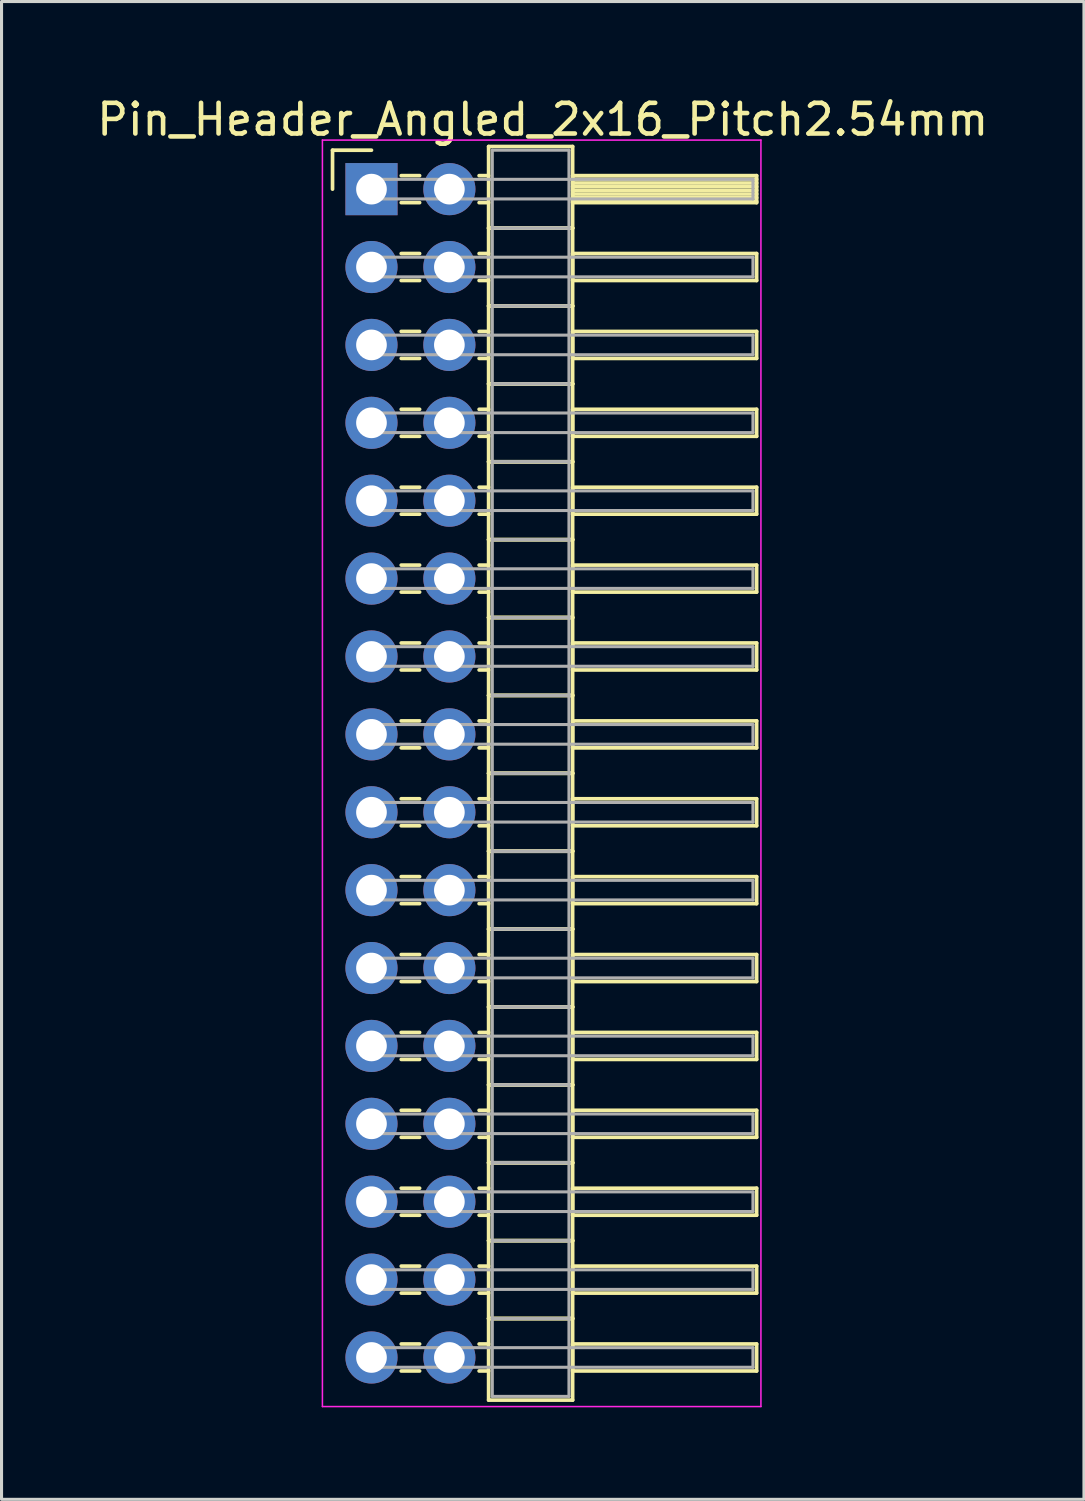
<source format=kicad_pcb>
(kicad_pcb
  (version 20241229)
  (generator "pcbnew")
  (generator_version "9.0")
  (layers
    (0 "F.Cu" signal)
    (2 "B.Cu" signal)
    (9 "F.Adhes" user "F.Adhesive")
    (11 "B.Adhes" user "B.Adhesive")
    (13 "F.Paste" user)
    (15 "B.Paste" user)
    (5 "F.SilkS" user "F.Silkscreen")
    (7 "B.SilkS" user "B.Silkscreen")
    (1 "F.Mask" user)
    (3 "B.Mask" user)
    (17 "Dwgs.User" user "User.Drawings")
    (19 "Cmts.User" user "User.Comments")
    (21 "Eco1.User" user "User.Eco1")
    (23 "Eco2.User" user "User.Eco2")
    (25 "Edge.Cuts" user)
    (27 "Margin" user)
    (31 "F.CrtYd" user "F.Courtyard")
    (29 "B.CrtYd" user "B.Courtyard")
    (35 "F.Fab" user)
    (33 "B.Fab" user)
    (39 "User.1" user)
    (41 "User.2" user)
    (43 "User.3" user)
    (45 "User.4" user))
  (footprint "Pin_Header_Angled_2x16_Pitch2.54mm"
    (layer "F.Cu")
    (at 9.064 3.118)
    (property "Reference" "Pin_Header_Angled_2x16_Pitch2.54mm" (at 5.585 -2.27 0) (layer "F.SilkS") (effects (font (size 1 1) (thickness 0.15))))
    (attr through_hole)
    (fp_line (start -1.27 -1.27) (end 0 -1.27) (stroke (width 0.12) (type solid)) (layer "F.SilkS"))
    (fp_line (start -1.27 0) (end -1.27 -1.27) (stroke (width 0.12) (type solid)) (layer "F.SilkS"))
    (fp_line (start 0.97 -0.44) (end 1.57 -0.44) (stroke (width 0.12) (type solid)) (layer "F.SilkS"))
    (fp_line (start 0.97 0.44) (end 1.57 0.44) (stroke (width 0.12) (type solid)) (layer "F.SilkS"))
    (fp_line (start 0.97 2.1) (end 1.57 2.1) (stroke (width 0.12) (type solid)) (layer "F.SilkS"))
    (fp_line (start 0.97 2.98) (end 1.57 2.98) (stroke (width 0.12) (type solid)) (layer "F.SilkS"))
    (fp_line (start 0.97 4.64) (end 1.57 4.64) (stroke (width 0.12) (type solid)) (layer "F.SilkS"))
    (fp_line (start 0.97 5.52) (end 1.57 5.52) (stroke (width 0.12) (type solid)) (layer "F.SilkS"))
    (fp_line (start 0.97 7.18) (end 1.57 7.18) (stroke (width 0.12) (type solid)) (layer "F.SilkS"))
    (fp_line (start 0.97 8.06) (end 1.57 8.06) (stroke (width 0.12) (type solid)) (layer "F.SilkS"))
    (fp_line (start 0.97 9.72) (end 1.57 9.72) (stroke (width 0.12) (type solid)) (layer "F.SilkS"))
    (fp_line (start 0.97 10.6) (end 1.57 10.6) (stroke (width 0.12) (type solid)) (layer "F.SilkS"))
    (fp_line (start 0.97 12.26) (end 1.57 12.26) (stroke (width 0.12) (type solid)) (layer "F.SilkS"))
    (fp_line (start 0.97 13.14) (end 1.57 13.14) (stroke (width 0.12) (type solid)) (layer "F.SilkS"))
    (fp_line (start 0.97 14.8) (end 1.57 14.8) (stroke (width 0.12) (type solid)) (layer "F.SilkS"))
    (fp_line (start 0.97 15.68) (end 1.57 15.68) (stroke (width 0.12) (type solid)) (layer "F.SilkS"))
    (fp_line (start 0.97 17.34) (end 1.57 17.34) (stroke (width 0.12) (type solid)) (layer "F.SilkS"))
    (fp_line (start 0.97 18.22) (end 1.57 18.22) (stroke (width 0.12) (type solid)) (layer "F.SilkS"))
    (fp_line (start 0.97 19.88) (end 1.57 19.88) (stroke (width 0.12) (type solid)) (layer "F.SilkS"))
    (fp_line (start 0.97 20.76) (end 1.57 20.76) (stroke (width 0.12) (type solid)) (layer "F.SilkS"))
    (fp_line (start 0.97 22.42) (end 1.57 22.42) (stroke (width 0.12) (type solid)) (layer "F.SilkS"))
    (fp_line (start 0.97 23.3) (end 1.57 23.3) (stroke (width 0.12) (type solid)) (layer "F.SilkS"))
    (fp_line (start 0.97 24.96) (end 1.57 24.96) (stroke (width 0.12) (type solid)) (layer "F.SilkS"))
    (fp_line (start 0.97 25.84) (end 1.57 25.84) (stroke (width 0.12) (type solid)) (layer "F.SilkS"))
    (fp_line (start 0.97 27.5) (end 1.57 27.5) (stroke (width 0.12) (type solid)) (layer "F.SilkS"))
    (fp_line (start 0.97 28.38) (end 1.57 28.38) (stroke (width 0.12) (type solid)) (layer "F.SilkS"))
    (fp_line (start 0.97 30.04) (end 1.57 30.04) (stroke (width 0.12) (type solid)) (layer "F.SilkS"))
    (fp_line (start 0.97 30.92) (end 1.57 30.92) (stroke (width 0.12) (type solid)) (layer "F.SilkS"))
    (fp_line (start 0.97 32.58) (end 1.57 32.58) (stroke (width 0.12) (type solid)) (layer "F.SilkS"))
    (fp_line (start 0.97 33.46) (end 1.57 33.46) (stroke (width 0.12) (type solid)) (layer "F.SilkS"))
    (fp_line (start 0.97 35.12) (end 1.57 35.12) (stroke (width 0.12) (type solid)) (layer "F.SilkS"))
    (fp_line (start 0.97 36) (end 1.57 36) (stroke (width 0.12) (type solid)) (layer "F.SilkS"))
    (fp_line (start 0.97 37.66) (end 1.57 37.66) (stroke (width 0.12) (type solid)) (layer "F.SilkS"))
    (fp_line (start 0.97 38.54) (end 1.57 38.54) (stroke (width 0.12) (type solid)) (layer "F.SilkS"))
    (fp_line (start 3.51 -0.44) (end 3.82 -0.44) (stroke (width 0.12) (type solid)) (layer "F.SilkS"))
    (fp_line (start 3.51 0.44) (end 3.82 0.44) (stroke (width 0.12) (type solid)) (layer "F.SilkS"))
    (fp_line (start 3.51 2.1) (end 3.82 2.1) (stroke (width 0.12) (type solid)) (layer "F.SilkS"))
    (fp_line (start 3.51 2.98) (end 3.82 2.98) (stroke (width 0.12) (type solid)) (layer "F.SilkS"))
    (fp_line (start 3.51 4.64) (end 3.82 4.64) (stroke (width 0.12) (type solid)) (layer "F.SilkS"))
    (fp_line (start 3.51 5.52) (end 3.82 5.52) (stroke (width 0.12) (type solid)) (layer "F.SilkS"))
    (fp_line (start 3.51 7.18) (end 3.82 7.18) (stroke (width 0.12) (type solid)) (layer "F.SilkS"))
    (fp_line (start 3.51 8.06) (end 3.82 8.06) (stroke (width 0.12) (type solid)) (layer "F.SilkS"))
    (fp_line (start 3.51 9.72) (end 3.82 9.72) (stroke (width 0.12) (type solid)) (layer "F.SilkS"))
    (fp_line (start 3.51 10.6) (end 3.82 10.6) (stroke (width 0.12) (type solid)) (layer "F.SilkS"))
    (fp_line (start 3.51 12.26) (end 3.82 12.26) (stroke (width 0.12) (type solid)) (layer "F.SilkS"))
    (fp_line (start 3.51 13.14) (end 3.82 13.14) (stroke (width 0.12) (type solid)) (layer "F.SilkS"))
    (fp_line (start 3.51 14.8) (end 3.82 14.8) (stroke (width 0.12) (type solid)) (layer "F.SilkS"))
    (fp_line (start 3.51 15.68) (end 3.82 15.68) (stroke (width 0.12) (type solid)) (layer "F.SilkS"))
    (fp_line (start 3.51 17.34) (end 3.82 17.34) (stroke (width 0.12) (type solid)) (layer "F.SilkS"))
    (fp_line (start 3.51 18.22) (end 3.82 18.22) (stroke (width 0.12) (type solid)) (layer "F.SilkS"))
    (fp_line (start 3.51 19.88) (end 3.82 19.88) (stroke (width 0.12) (type solid)) (layer "F.SilkS"))
    (fp_line (start 3.51 20.76) (end 3.82 20.76) (stroke (width 0.12) (type solid)) (layer "F.SilkS"))
    (fp_line (start 3.51 22.42) (end 3.82 22.42) (stroke (width 0.12) (type solid)) (layer "F.SilkS"))
    (fp_line (start 3.51 23.3) (end 3.82 23.3) (stroke (width 0.12) (type solid)) (layer "F.SilkS"))
    (fp_line (start 3.51 24.96) (end 3.82 24.96) (stroke (width 0.12) (type solid)) (layer "F.SilkS"))
    (fp_line (start 3.51 25.84) (end 3.82 25.84) (stroke (width 0.12) (type solid)) (layer "F.SilkS"))
    (fp_line (start 3.51 27.5) (end 3.82 27.5) (stroke (width 0.12) (type solid)) (layer "F.SilkS"))
    (fp_line (start 3.51 28.38) (end 3.82 28.38) (stroke (width 0.12) (type solid)) (layer "F.SilkS"))
    (fp_line (start 3.51 30.04) (end 3.82 30.04) (stroke (width 0.12) (type solid)) (layer "F.SilkS"))
    (fp_line (start 3.51 30.92) (end 3.82 30.92) (stroke (width 0.12) (type solid)) (layer "F.SilkS"))
    (fp_line (start 3.51 32.58) (end 3.82 32.58) (stroke (width 0.12) (type solid)) (layer "F.SilkS"))
    (fp_line (start 3.51 33.46) (end 3.82 33.46) (stroke (width 0.12) (type solid)) (layer "F.SilkS"))
    (fp_line (start 3.51 35.12) (end 3.82 35.12) (stroke (width 0.12) (type solid)) (layer "F.SilkS"))
    (fp_line (start 3.51 36) (end 3.82 36) (stroke (width 0.12) (type solid)) (layer "F.SilkS"))
    (fp_line (start 3.51 37.66) (end 3.82 37.66) (stroke (width 0.12) (type solid)) (layer "F.SilkS"))
    (fp_line (start 3.51 38.54) (end 3.82 38.54) (stroke (width 0.12) (type solid)) (layer "F.SilkS"))
    (fp_line (start 3.82 -1.39) (end 3.82 1.27) (stroke (width 0.12) (type solid)) (layer "F.SilkS"))
    (fp_line (start 3.82 1.27) (end 3.82 3.81) (stroke (width 0.12) (type solid)) (layer "F.SilkS"))
    (fp_line (start 3.82 1.27) (end 6.56 1.27) (stroke (width 0.12) (type solid)) (layer "F.SilkS"))
    (fp_line (start 3.82 3.81) (end 3.82 6.35) (stroke (width 0.12) (type solid)) (layer "F.SilkS"))
    (fp_line (start 3.82 3.81) (end 6.56 3.81) (stroke (width 0.12) (type solid)) (layer "F.SilkS"))
    (fp_line (start 3.82 6.35) (end 3.82 8.89) (stroke (width 0.12) (type solid)) (layer "F.SilkS"))
    (fp_line (start 3.82 6.35) (end 6.56 6.35) (stroke (width 0.12) (type solid)) (layer "F.SilkS"))
    (fp_line (start 3.82 8.89) (end 3.82 11.43) (stroke (width 0.12) (type solid)) (layer "F.SilkS"))
    (fp_line (start 3.82 8.89) (end 6.56 8.89) (stroke (width 0.12) (type solid)) (layer "F.SilkS"))
    (fp_line (start 3.82 11.43) (end 3.82 13.97) (stroke (width 0.12) (type solid)) (layer "F.SilkS"))
    (fp_line (start 3.82 11.43) (end 6.56 11.43) (stroke (width 0.12) (type solid)) (layer "F.SilkS"))
    (fp_line (start 3.82 13.97) (end 3.82 16.51) (stroke (width 0.12) (type solid)) (layer "F.SilkS"))
    (fp_line (start 3.82 13.97) (end 6.56 13.97) (stroke (width 0.12) (type solid)) (layer "F.SilkS"))
    (fp_line (start 3.82 16.51) (end 3.82 19.05) (stroke (width 0.12) (type solid)) (layer "F.SilkS"))
    (fp_line (start 3.82 16.51) (end 6.56 16.51) (stroke (width 0.12) (type solid)) (layer "F.SilkS"))
    (fp_line (start 3.82 19.05) (end 3.82 21.59) (stroke (width 0.12) (type solid)) (layer "F.SilkS"))
    (fp_line (start 3.82 19.05) (end 6.56 19.05) (stroke (width 0.12) (type solid)) (layer "F.SilkS"))
    (fp_line (start 3.82 21.59) (end 3.82 24.13) (stroke (width 0.12) (type solid)) (layer "F.SilkS"))
    (fp_line (start 3.82 21.59) (end 6.56 21.59) (stroke (width 0.12) (type solid)) (layer "F.SilkS"))
    (fp_line (start 3.82 24.13) (end 3.82 26.67) (stroke (width 0.12) (type solid)) (layer "F.SilkS"))
    (fp_line (start 3.82 24.13) (end 6.56 24.13) (stroke (width 0.12) (type solid)) (layer "F.SilkS"))
    (fp_line (start 3.82 26.67) (end 3.82 29.21) (stroke (width 0.12) (type solid)) (layer "F.SilkS"))
    (fp_line (start 3.82 26.67) (end 6.56 26.67) (stroke (width 0.12) (type solid)) (layer "F.SilkS"))
    (fp_line (start 3.82 29.21) (end 3.82 31.75) (stroke (width 0.12) (type solid)) (layer "F.SilkS"))
    (fp_line (start 3.82 29.21) (end 6.56 29.21) (stroke (width 0.12) (type solid)) (layer "F.SilkS"))
    (fp_line (start 3.82 31.75) (end 3.82 34.29) (stroke (width 0.12) (type solid)) (layer "F.SilkS"))
    (fp_line (start 3.82 31.75) (end 6.56 31.75) (stroke (width 0.12) (type solid)) (layer "F.SilkS"))
    (fp_line (start 3.82 34.29) (end 3.82 36.83) (stroke (width 0.12) (type solid)) (layer "F.SilkS"))
    (fp_line (start 3.82 34.29) (end 6.56 34.29) (stroke (width 0.12) (type solid)) (layer "F.SilkS"))
    (fp_line (start 3.82 36.83) (end 3.82 39.49) (stroke (width 0.12) (type solid)) (layer "F.SilkS"))
    (fp_line (start 3.82 36.83) (end 6.56 36.83) (stroke (width 0.12) (type solid)) (layer "F.SilkS"))
    (fp_line (start 3.82 39.49) (end 6.56 39.49) (stroke (width 0.12) (type solid)) (layer "F.SilkS"))
    (fp_line (start 6.56 -1.39) (end 3.82 -1.39) (stroke (width 0.12) (type solid)) (layer "F.SilkS"))
    (fp_line (start 6.56 -0.44) (end 6.56 0.44) (stroke (width 0.12) (type solid)) (layer "F.SilkS"))
    (fp_line (start 6.56 -0.32) (end 12.56 -0.32) (stroke (width 0.12) (type solid)) (layer "F.SilkS"))
    (fp_line (start 6.56 -0.2) (end 12.56 -0.2) (stroke (width 0.12) (type solid)) (layer "F.SilkS"))
    (fp_line (start 6.56 -0.08) (end 12.56 -0.08) (stroke (width 0.12) (type solid)) (layer "F.SilkS"))
    (fp_line (start 6.56 0.04) (end 12.56 0.04) (stroke (width 0.12) (type solid)) (layer "F.SilkS"))
    (fp_line (start 6.56 0.16) (end 12.56 0.16) (stroke (width 0.12) (type solid)) (layer "F.SilkS"))
    (fp_line (start 6.56 0.28) (end 12.56 0.28) (stroke (width 0.12) (type solid)) (layer "F.SilkS"))
    (fp_line (start 6.56 0.4) (end 12.56 0.4) (stroke (width 0.12) (type solid)) (layer "F.SilkS"))
    (fp_line (start 6.56 0.44) (end 12.56 0.44) (stroke (width 0.12) (type solid)) (layer "F.SilkS"))
    (fp_line (start 6.56 1.27) (end 3.82 1.27) (stroke (width 0.12) (type solid)) (layer "F.SilkS"))
    (fp_line (start 6.56 1.27) (end 6.56 -1.39) (stroke (width 0.12) (type solid)) (layer "F.SilkS"))
    (fp_line (start 6.56 2.1) (end 6.56 2.98) (stroke (width 0.12) (type solid)) (layer "F.SilkS"))
    (fp_line (start 6.56 2.98) (end 12.56 2.98) (stroke (width 0.12) (type solid)) (layer "F.SilkS"))
    (fp_line (start 6.56 3.81) (end 3.82 3.81) (stroke (width 0.12) (type solid)) (layer "F.SilkS"))
    (fp_line (start 6.56 3.81) (end 6.56 1.27) (stroke (width 0.12) (type solid)) (layer "F.SilkS"))
    (fp_line (start 6.56 4.64) (end 6.56 5.52) (stroke (width 0.12) (type solid)) (layer "F.SilkS"))
    (fp_line (start 6.56 5.52) (end 12.56 5.52) (stroke (width 0.12) (type solid)) (layer "F.SilkS"))
    (fp_line (start 6.56 6.35) (end 3.82 6.35) (stroke (width 0.12) (type solid)) (layer "F.SilkS"))
    (fp_line (start 6.56 6.35) (end 6.56 3.81) (stroke (width 0.12) (type solid)) (layer "F.SilkS"))
    (fp_line (start 6.56 7.18) (end 6.56 8.06) (stroke (width 0.12) (type solid)) (layer "F.SilkS"))
    (fp_line (start 6.56 8.06) (end 12.56 8.06) (stroke (width 0.12) (type solid)) (layer "F.SilkS"))
    (fp_line (start 6.56 8.89) (end 3.82 8.89) (stroke (width 0.12) (type solid)) (layer "F.SilkS"))
    (fp_line (start 6.56 8.89) (end 6.56 6.35) (stroke (width 0.12) (type solid)) (layer "F.SilkS"))
    (fp_line (start 6.56 9.72) (end 6.56 10.6) (stroke (width 0.12) (type solid)) (layer "F.SilkS"))
    (fp_line (start 6.56 10.6) (end 12.56 10.6) (stroke (width 0.12) (type solid)) (layer "F.SilkS"))
    (fp_line (start 6.56 11.43) (end 3.82 11.43) (stroke (width 0.12) (type solid)) (layer "F.SilkS"))
    (fp_line (start 6.56 11.43) (end 6.56 8.89) (stroke (width 0.12) (type solid)) (layer "F.SilkS"))
    (fp_line (start 6.56 12.26) (end 6.56 13.14) (stroke (width 0.12) (type solid)) (layer "F.SilkS"))
    (fp_line (start 6.56 13.14) (end 12.56 13.14) (stroke (width 0.12) (type solid)) (layer "F.SilkS"))
    (fp_line (start 6.56 13.97) (end 3.82 13.97) (stroke (width 0.12) (type solid)) (layer "F.SilkS"))
    (fp_line (start 6.56 13.97) (end 6.56 11.43) (stroke (width 0.12) (type solid)) (layer "F.SilkS"))
    (fp_line (start 6.56 14.8) (end 6.56 15.68) (stroke (width 0.12) (type solid)) (layer "F.SilkS"))
    (fp_line (start 6.56 15.68) (end 12.56 15.68) (stroke (width 0.12) (type solid)) (layer "F.SilkS"))
    (fp_line (start 6.56 16.51) (end 3.82 16.51) (stroke (width 0.12) (type solid)) (layer "F.SilkS"))
    (fp_line (start 6.56 16.51) (end 6.56 13.97) (stroke (width 0.12) (type solid)) (layer "F.SilkS"))
    (fp_line (start 6.56 17.34) (end 6.56 18.22) (stroke (width 0.12) (type solid)) (layer "F.SilkS"))
    (fp_line (start 6.56 18.22) (end 12.56 18.22) (stroke (width 0.12) (type solid)) (layer "F.SilkS"))
    (fp_line (start 6.56 19.05) (end 3.82 19.05) (stroke (width 0.12) (type solid)) (layer "F.SilkS"))
    (fp_line (start 6.56 19.05) (end 6.56 16.51) (stroke (width 0.12) (type solid)) (layer "F.SilkS"))
    (fp_line (start 6.56 19.88) (end 6.56 20.76) (stroke (width 0.12) (type solid)) (layer "F.SilkS"))
    (fp_line (start 6.56 20.76) (end 12.56 20.76) (stroke (width 0.12) (type solid)) (layer "F.SilkS"))
    (fp_line (start 6.56 21.59) (end 3.82 21.59) (stroke (width 0.12) (type solid)) (layer "F.SilkS"))
    (fp_line (start 6.56 21.59) (end 6.56 19.05) (stroke (width 0.12) (type solid)) (layer "F.SilkS"))
    (fp_line (start 6.56 22.42) (end 6.56 23.3) (stroke (width 0.12) (type solid)) (layer "F.SilkS"))
    (fp_line (start 6.56 23.3) (end 12.56 23.3) (stroke (width 0.12) (type solid)) (layer "F.SilkS"))
    (fp_line (start 6.56 24.13) (end 3.82 24.13) (stroke (width 0.12) (type solid)) (layer "F.SilkS"))
    (fp_line (start 6.56 24.13) (end 6.56 21.59) (stroke (width 0.12) (type solid)) (layer "F.SilkS"))
    (fp_line (start 6.56 24.96) (end 6.56 25.84) (stroke (width 0.12) (type solid)) (layer "F.SilkS"))
    (fp_line (start 6.56 25.84) (end 12.56 25.84) (stroke (width 0.12) (type solid)) (layer "F.SilkS"))
    (fp_line (start 6.56 26.67) (end 3.82 26.67) (stroke (width 0.12) (type solid)) (layer "F.SilkS"))
    (fp_line (start 6.56 26.67) (end 6.56 24.13) (stroke (width 0.12) (type solid)) (layer "F.SilkS"))
    (fp_line (start 6.56 27.5) (end 6.56 28.38) (stroke (width 0.12) (type solid)) (layer "F.SilkS"))
    (fp_line (start 6.56 28.38) (end 12.56 28.38) (stroke (width 0.12) (type solid)) (layer "F.SilkS"))
    (fp_line (start 6.56 29.21) (end 3.82 29.21) (stroke (width 0.12) (type solid)) (layer "F.SilkS"))
    (fp_line (start 6.56 29.21) (end 6.56 26.67) (stroke (width 0.12) (type solid)) (layer "F.SilkS"))
    (fp_line (start 6.56 30.04) (end 6.56 30.92) (stroke (width 0.12) (type solid)) (layer "F.SilkS"))
    (fp_line (start 6.56 30.92) (end 12.56 30.92) (stroke (width 0.12) (type solid)) (layer "F.SilkS"))
    (fp_line (start 6.56 31.75) (end 3.82 31.75) (stroke (width 0.12) (type solid)) (layer "F.SilkS"))
    (fp_line (start 6.56 31.75) (end 6.56 29.21) (stroke (width 0.12) (type solid)) (layer "F.SilkS"))
    (fp_line (start 6.56 32.58) (end 6.56 33.46) (stroke (width 0.12) (type solid)) (layer "F.SilkS"))
    (fp_line (start 6.56 33.46) (end 12.56 33.46) (stroke (width 0.12) (type solid)) (layer "F.SilkS"))
    (fp_line (start 6.56 34.29) (end 3.82 34.29) (stroke (width 0.12) (type solid)) (layer "F.SilkS"))
    (fp_line (start 6.56 34.29) (end 6.56 31.75) (stroke (width 0.12) (type solid)) (layer "F.SilkS"))
    (fp_line (start 6.56 35.12) (end 6.56 36) (stroke (width 0.12) (type solid)) (layer "F.SilkS"))
    (fp_line (start 6.56 36) (end 12.56 36) (stroke (width 0.12) (type solid)) (layer "F.SilkS"))
    (fp_line (start 6.56 36.83) (end 3.82 36.83) (stroke (width 0.12) (type solid)) (layer "F.SilkS"))
    (fp_line (start 6.56 36.83) (end 6.56 34.29) (stroke (width 0.12) (type solid)) (layer "F.SilkS"))
    (fp_line (start 6.56 37.66) (end 6.56 38.54) (stroke (width 0.12) (type solid)) (layer "F.SilkS"))
    (fp_line (start 6.56 38.54) (end 12.56 38.54) (stroke (width 0.12) (type solid)) (layer "F.SilkS"))
    (fp_line (start 6.56 39.49) (end 6.56 36.83) (stroke (width 0.12) (type solid)) (layer "F.SilkS"))
    (fp_line (start 12.56 -0.44) (end 6.56 -0.44) (stroke (width 0.12) (type solid)) (layer "F.SilkS"))
    (fp_line (start 12.56 0.44) (end 12.56 -0.44) (stroke (width 0.12) (type solid)) (layer "F.SilkS"))
    (fp_line (start 12.56 2.1) (end 6.56 2.1) (stroke (width 0.12) (type solid)) (layer "F.SilkS"))
    (fp_line (start 12.56 2.98) (end 12.56 2.1) (stroke (width 0.12) (type solid)) (layer "F.SilkS"))
    (fp_line (start 12.56 4.64) (end 6.56 4.64) (stroke (width 0.12) (type solid)) (layer "F.SilkS"))
    (fp_line (start 12.56 5.52) (end 12.56 4.64) (stroke (width 0.12) (type solid)) (layer "F.SilkS"))
    (fp_line (start 12.56 7.18) (end 6.56 7.18) (stroke (width 0.12) (type solid)) (layer "F.SilkS"))
    (fp_line (start 12.56 8.06) (end 12.56 7.18) (stroke (width 0.12) (type solid)) (layer "F.SilkS"))
    (fp_line (start 12.56 9.72) (end 6.56 9.72) (stroke (width 0.12) (type solid)) (layer "F.SilkS"))
    (fp_line (start 12.56 10.6) (end 12.56 9.72) (stroke (width 0.12) (type solid)) (layer "F.SilkS"))
    (fp_line (start 12.56 12.26) (end 6.56 12.26) (stroke (width 0.12) (type solid)) (layer "F.SilkS"))
    (fp_line (start 12.56 13.14) (end 12.56 12.26) (stroke (width 0.12) (type solid)) (layer "F.SilkS"))
    (fp_line (start 12.56 14.8) (end 6.56 14.8) (stroke (width 0.12) (type solid)) (layer "F.SilkS"))
    (fp_line (start 12.56 15.68) (end 12.56 14.8) (stroke (width 0.12) (type solid)) (layer "F.SilkS"))
    (fp_line (start 12.56 17.34) (end 6.56 17.34) (stroke (width 0.12) (type solid)) (layer "F.SilkS"))
    (fp_line (start 12.56 18.22) (end 12.56 17.34) (stroke (width 0.12) (type solid)) (layer "F.SilkS"))
    (fp_line (start 12.56 19.88) (end 6.56 19.88) (stroke (width 0.12) (type solid)) (layer "F.SilkS"))
    (fp_line (start 12.56 20.76) (end 12.56 19.88) (stroke (width 0.12) (type solid)) (layer "F.SilkS"))
    (fp_line (start 12.56 22.42) (end 6.56 22.42) (stroke (width 0.12) (type solid)) (layer "F.SilkS"))
    (fp_line (start 12.56 23.3) (end 12.56 22.42) (stroke (width 0.12) (type solid)) (layer "F.SilkS"))
    (fp_line (start 12.56 24.96) (end 6.56 24.96) (stroke (width 0.12) (type solid)) (layer "F.SilkS"))
    (fp_line (start 12.56 25.84) (end 12.56 24.96) (stroke (width 0.12) (type solid)) (layer "F.SilkS"))
    (fp_line (start 12.56 27.5) (end 6.56 27.5) (stroke (width 0.12) (type solid)) (layer "F.SilkS"))
    (fp_line (start 12.56 28.38) (end 12.56 27.5) (stroke (width 0.12) (type solid)) (layer "F.SilkS"))
    (fp_line (start 12.56 30.04) (end 6.56 30.04) (stroke (width 0.12) (type solid)) (layer "F.SilkS"))
    (fp_line (start 12.56 30.92) (end 12.56 30.04) (stroke (width 0.12) (type solid)) (layer "F.SilkS"))
    (fp_line (start 12.56 32.58) (end 6.56 32.58) (stroke (width 0.12) (type solid)) (layer "F.SilkS"))
    (fp_line (start 12.56 33.46) (end 12.56 32.58) (stroke (width 0.12) (type solid)) (layer "F.SilkS"))
    (fp_line (start 12.56 35.12) (end 6.56 35.12) (stroke (width 0.12) (type solid)) (layer "F.SilkS"))
    (fp_line (start 12.56 36) (end 12.56 35.12) (stroke (width 0.12) (type solid)) (layer "F.SilkS"))
    (fp_line (start 12.56 37.66) (end 6.56 37.66) (stroke (width 0.12) (type solid)) (layer "F.SilkS"))
    (fp_line (start 12.56 38.54) (end 12.56 37.66) (stroke (width 0.12) (type solid)) (layer "F.SilkS"))
    (fp_line (start -1.6 -1.6) (end -1.6 39.7) (stroke (width 0.05) (type solid)) (layer "F.CrtYd"))
    (fp_line (start -1.6 39.7) (end 12.7 39.7) (stroke (width 0.05) (type solid)) (layer "F.CrtYd"))
    (fp_line (start 12.7 -1.6) (end -1.6 -1.6) (stroke (width 0.05) (type solid)) (layer "F.CrtYd"))
    (fp_line (start 12.7 39.7) (end 12.7 -1.6) (stroke (width 0.05) (type solid)) (layer "F.CrtYd"))
    (fp_line (start 0 -0.32) (end 0 0.32) (stroke (width 0.1) (type solid)) (layer "F.Fab"))
    (fp_line (start 0 0.32) (end 12.44 0.32) (stroke (width 0.1) (type solid)) (layer "F.Fab"))
    (fp_line (start 0 2.22) (end 0 2.86) (stroke (width 0.1) (type solid)) (layer "F.Fab"))
    (fp_line (start 0 2.86) (end 12.44 2.86) (stroke (width 0.1) (type solid)) (layer "F.Fab"))
    (fp_line (start 0 4.76) (end 0 5.4) (stroke (width 0.1) (type solid)) (layer "F.Fab"))
    (fp_line (start 0 5.4) (end 12.44 5.4) (stroke (width 0.1) (type solid)) (layer "F.Fab"))
    (fp_line (start 0 7.3) (end 0 7.94) (stroke (width 0.1) (type solid)) (layer "F.Fab"))
    (fp_line (start 0 7.94) (end 12.44 7.94) (stroke (width 0.1) (type solid)) (layer "F.Fab"))
    (fp_line (start 0 9.84) (end 0 10.48) (stroke (width 0.1) (type solid)) (layer "F.Fab"))
    (fp_line (start 0 10.48) (end 12.44 10.48) (stroke (width 0.1) (type solid)) (layer "F.Fab"))
    (fp_line (start 0 12.38) (end 0 13.02) (stroke (width 0.1) (type solid)) (layer "F.Fab"))
    (fp_line (start 0 13.02) (end 12.44 13.02) (stroke (width 0.1) (type solid)) (layer "F.Fab"))
    (fp_line (start 0 14.92) (end 0 15.56) (stroke (width 0.1) (type solid)) (layer "F.Fab"))
    (fp_line (start 0 15.56) (end 12.44 15.56) (stroke (width 0.1) (type solid)) (layer "F.Fab"))
    (fp_line (start 0 17.46) (end 0 18.1) (stroke (width 0.1) (type solid)) (layer "F.Fab"))
    (fp_line (start 0 18.1) (end 12.44 18.1) (stroke (width 0.1) (type solid)) (layer "F.Fab"))
    (fp_line (start 0 20) (end 0 20.64) (stroke (width 0.1) (type solid)) (layer "F.Fab"))
    (fp_line (start 0 20.64) (end 12.44 20.64) (stroke (width 0.1) (type solid)) (layer "F.Fab"))
    (fp_line (start 0 22.54) (end 0 23.18) (stroke (width 0.1) (type solid)) (layer "F.Fab"))
    (fp_line (start 0 23.18) (end 12.44 23.18) (stroke (width 0.1) (type solid)) (layer "F.Fab"))
    (fp_line (start 0 25.08) (end 0 25.72) (stroke (width 0.1) (type solid)) (layer "F.Fab"))
    (fp_line (start 0 25.72) (end 12.44 25.72) (stroke (width 0.1) (type solid)) (layer "F.Fab"))
    (fp_line (start 0 27.62) (end 0 28.26) (stroke (width 0.1) (type solid)) (layer "F.Fab"))
    (fp_line (start 0 28.26) (end 12.44 28.26) (stroke (width 0.1) (type solid)) (layer "F.Fab"))
    (fp_line (start 0 30.16) (end 0 30.8) (stroke (width 0.1) (type solid)) (layer "F.Fab"))
    (fp_line (start 0 30.8) (end 12.44 30.8) (stroke (width 0.1) (type solid)) (layer "F.Fab"))
    (fp_line (start 0 32.7) (end 0 33.34) (stroke (width 0.1) (type solid)) (layer "F.Fab"))
    (fp_line (start 0 33.34) (end 12.44 33.34) (stroke (width 0.1) (type solid)) (layer "F.Fab"))
    (fp_line (start 0 35.24) (end 0 35.88) (stroke (width 0.1) (type solid)) (layer "F.Fab"))
    (fp_line (start 0 35.88) (end 12.44 35.88) (stroke (width 0.1) (type solid)) (layer "F.Fab"))
    (fp_line (start 0 37.78) (end 0 38.42) (stroke (width 0.1) (type solid)) (layer "F.Fab"))
    (fp_line (start 0 38.42) (end 12.44 38.42) (stroke (width 0.1) (type solid)) (layer "F.Fab"))
    (fp_line (start 3.94 -1.27) (end 3.94 1.27) (stroke (width 0.1) (type solid)) (layer "F.Fab"))
    (fp_line (start 3.94 1.27) (end 3.94 3.81) (stroke (width 0.1) (type solid)) (layer "F.Fab"))
    (fp_line (start 3.94 1.27) (end 6.44 1.27) (stroke (width 0.1) (type solid)) (layer "F.Fab"))
    (fp_line (start 3.94 3.81) (end 3.94 6.35) (stroke (width 0.1) (type solid)) (layer "F.Fab"))
    (fp_line (start 3.94 3.81) (end 6.44 3.81) (stroke (width 0.1) (type solid)) (layer "F.Fab"))
    (fp_line (start 3.94 6.35) (end 3.94 8.89) (stroke (width 0.1) (type solid)) (layer "F.Fab"))
    (fp_line (start 3.94 6.35) (end 6.44 6.35) (stroke (width 0.1) (type solid)) (layer "F.Fab"))
    (fp_line (start 3.94 8.89) (end 3.94 11.43) (stroke (width 0.1) (type solid)) (layer "F.Fab"))
    (fp_line (start 3.94 8.89) (end 6.44 8.89) (stroke (width 0.1) (type solid)) (layer "F.Fab"))
    (fp_line (start 3.94 11.43) (end 3.94 13.97) (stroke (width 0.1) (type solid)) (layer "F.Fab"))
    (fp_line (start 3.94 11.43) (end 6.44 11.43) (stroke (width 0.1) (type solid)) (layer "F.Fab"))
    (fp_line (start 3.94 13.97) (end 3.94 16.51) (stroke (width 0.1) (type solid)) (layer "F.Fab"))
    (fp_line (start 3.94 13.97) (end 6.44 13.97) (stroke (width 0.1) (type solid)) (layer "F.Fab"))
    (fp_line (start 3.94 16.51) (end 3.94 19.05) (stroke (width 0.1) (type solid)) (layer "F.Fab"))
    (fp_line (start 3.94 16.51) (end 6.44 16.51) (stroke (width 0.1) (type solid)) (layer "F.Fab"))
    (fp_line (start 3.94 19.05) (end 3.94 21.59) (stroke (width 0.1) (type solid)) (layer "F.Fab"))
    (fp_line (start 3.94 19.05) (end 6.44 19.05) (stroke (width 0.1) (type solid)) (layer "F.Fab"))
    (fp_line (start 3.94 21.59) (end 3.94 24.13) (stroke (width 0.1) (type solid)) (layer "F.Fab"))
    (fp_line (start 3.94 21.59) (end 6.44 21.59) (stroke (width 0.1) (type solid)) (layer "F.Fab"))
    (fp_line (start 3.94 24.13) (end 3.94 26.67) (stroke (width 0.1) (type solid)) (layer "F.Fab"))
    (fp_line (start 3.94 24.13) (end 6.44 24.13) (stroke (width 0.1) (type solid)) (layer "F.Fab"))
    (fp_line (start 3.94 26.67) (end 3.94 29.21) (stroke (width 0.1) (type solid)) (layer "F.Fab"))
    (fp_line (start 3.94 26.67) (end 6.44 26.67) (stroke (width 0.1) (type solid)) (layer "F.Fab"))
    (fp_line (start 3.94 29.21) (end 3.94 31.75) (stroke (width 0.1) (type solid)) (layer "F.Fab"))
    (fp_line (start 3.94 29.21) (end 6.44 29.21) (stroke (width 0.1) (type solid)) (layer "F.Fab"))
    (fp_line (start 3.94 31.75) (end 3.94 34.29) (stroke (width 0.1) (type solid)) (layer "F.Fab"))
    (fp_line (start 3.94 31.75) (end 6.44 31.75) (stroke (width 0.1) (type solid)) (layer "F.Fab"))
    (fp_line (start 3.94 34.29) (end 3.94 36.83) (stroke (width 0.1) (type solid)) (layer "F.Fab"))
    (fp_line (start 3.94 34.29) (end 6.44 34.29) (stroke (width 0.1) (type solid)) (layer "F.Fab"))
    (fp_line (start 3.94 36.83) (end 3.94 39.37) (stroke (width 0.1) (type solid)) (layer "F.Fab"))
    (fp_line (start 3.94 36.83) (end 6.44 36.83) (stroke (width 0.1) (type solid)) (layer "F.Fab"))
    (fp_line (start 3.94 39.37) (end 6.44 39.37) (stroke (width 0.1) (type solid)) (layer "F.Fab"))
    (fp_line (start 6.44 -1.27) (end 3.94 -1.27) (stroke (width 0.1) (type solid)) (layer "F.Fab"))
    (fp_line (start 6.44 1.27) (end 3.94 1.27) (stroke (width 0.1) (type solid)) (layer "F.Fab"))
    (fp_line (start 6.44 1.27) (end 6.44 -1.27) (stroke (width 0.1) (type solid)) (layer "F.Fab"))
    (fp_line (start 6.44 3.81) (end 3.94 3.81) (stroke (width 0.1) (type solid)) (layer "F.Fab"))
    (fp_line (start 6.44 3.81) (end 6.44 1.27) (stroke (width 0.1) (type solid)) (layer "F.Fab"))
    (fp_line (start 6.44 6.35) (end 3.94 6.35) (stroke (width 0.1) (type solid)) (layer "F.Fab"))
    (fp_line (start 6.44 6.35) (end 6.44 3.81) (stroke (width 0.1) (type solid)) (layer "F.Fab"))
    (fp_line (start 6.44 8.89) (end 3.94 8.89) (stroke (width 0.1) (type solid)) (layer "F.Fab"))
    (fp_line (start 6.44 8.89) (end 6.44 6.35) (stroke (width 0.1) (type solid)) (layer "F.Fab"))
    (fp_line (start 6.44 11.43) (end 3.94 11.43) (stroke (width 0.1) (type solid)) (layer "F.Fab"))
    (fp_line (start 6.44 11.43) (end 6.44 8.89) (stroke (width 0.1) (type solid)) (layer "F.Fab"))
    (fp_line (start 6.44 13.97) (end 3.94 13.97) (stroke (width 0.1) (type solid)) (layer "F.Fab"))
    (fp_line (start 6.44 13.97) (end 6.44 11.43) (stroke (width 0.1) (type solid)) (layer "F.Fab"))
    (fp_line (start 6.44 16.51) (end 3.94 16.51) (stroke (width 0.1) (type solid)) (layer "F.Fab"))
    (fp_line (start 6.44 16.51) (end 6.44 13.97) (stroke (width 0.1) (type solid)) (layer "F.Fab"))
    (fp_line (start 6.44 19.05) (end 3.94 19.05) (stroke (width 0.1) (type solid)) (layer "F.Fab"))
    (fp_line (start 6.44 19.05) (end 6.44 16.51) (stroke (width 0.1) (type solid)) (layer "F.Fab"))
    (fp_line (start 6.44 21.59) (end 3.94 21.59) (stroke (width 0.1) (type solid)) (layer "F.Fab"))
    (fp_line (start 6.44 21.59) (end 6.44 19.05) (stroke (width 0.1) (type solid)) (layer "F.Fab"))
    (fp_line (start 6.44 24.13) (end 3.94 24.13) (stroke (width 0.1) (type solid)) (layer "F.Fab"))
    (fp_line (start 6.44 24.13) (end 6.44 21.59) (stroke (width 0.1) (type solid)) (layer "F.Fab"))
    (fp_line (start 6.44 26.67) (end 3.94 26.67) (stroke (width 0.1) (type solid)) (layer "F.Fab"))
    (fp_line (start 6.44 26.67) (end 6.44 24.13) (stroke (width 0.1) (type solid)) (layer "F.Fab"))
    (fp_line (start 6.44 29.21) (end 3.94 29.21) (stroke (width 0.1) (type solid)) (layer "F.Fab"))
    (fp_line (start 6.44 29.21) (end 6.44 26.67) (stroke (width 0.1) (type solid)) (layer "F.Fab"))
    (fp_line (start 6.44 31.75) (end 3.94 31.75) (stroke (width 0.1) (type solid)) (layer "F.Fab"))
    (fp_line (start 6.44 31.75) (end 6.44 29.21) (stroke (width 0.1) (type solid)) (layer "F.Fab"))
    (fp_line (start 6.44 34.29) (end 3.94 34.29) (stroke (width 0.1) (type solid)) (layer "F.Fab"))
    (fp_line (start 6.44 34.29) (end 6.44 31.75) (stroke (width 0.1) (type solid)) (layer "F.Fab"))
    (fp_line (start 6.44 36.83) (end 3.94 36.83) (stroke (width 0.1) (type solid)) (layer "F.Fab"))
    (fp_line (start 6.44 36.83) (end 6.44 34.29) (stroke (width 0.1) (type solid)) (layer "F.Fab"))
    (fp_line (start 6.44 39.37) (end 6.44 36.83) (stroke (width 0.1) (type solid)) (layer "F.Fab"))
    (fp_line (start 12.44 -0.32) (end 0 -0.32) (stroke (width 0.1) (type solid)) (layer "F.Fab"))
    (fp_line (start 12.44 0.32) (end 12.44 -0.32) (stroke (width 0.1) (type solid)) (layer "F.Fab"))
    (fp_line (start 12.44 2.22) (end 0 2.22) (stroke (width 0.1) (type solid)) (layer "F.Fab"))
    (fp_line (start 12.44 2.86) (end 12.44 2.22) (stroke (width 0.1) (type solid)) (layer "F.Fab"))
    (fp_line (start 12.44 4.76) (end 0 4.76) (stroke (width 0.1) (type solid)) (layer "F.Fab"))
    (fp_line (start 12.44 5.4) (end 12.44 4.76) (stroke (width 0.1) (type solid)) (layer "F.Fab"))
    (fp_line (start 12.44 7.3) (end 0 7.3) (stroke (width 0.1) (type solid)) (layer "F.Fab"))
    (fp_line (start 12.44 7.94) (end 12.44 7.3) (stroke (width 0.1) (type solid)) (layer "F.Fab"))
    (fp_line (start 12.44 9.84) (end 0 9.84) (stroke (width 0.1) (type solid)) (layer "F.Fab"))
    (fp_line (start 12.44 10.48) (end 12.44 9.84) (stroke (width 0.1) (type solid)) (layer "F.Fab"))
    (fp_line (start 12.44 12.38) (end 0 12.38) (stroke (width 0.1) (type solid)) (layer "F.Fab"))
    (fp_line (start 12.44 13.02) (end 12.44 12.38) (stroke (width 0.1) (type solid)) (layer "F.Fab"))
    (fp_line (start 12.44 14.92) (end 0 14.92) (stroke (width 0.1) (type solid)) (layer "F.Fab"))
    (fp_line (start 12.44 15.56) (end 12.44 14.92) (stroke (width 0.1) (type solid)) (layer "F.Fab"))
    (fp_line (start 12.44 17.46) (end 0 17.46) (stroke (width 0.1) (type solid)) (layer "F.Fab"))
    (fp_line (start 12.44 18.1) (end 12.44 17.46) (stroke (width 0.1) (type solid)) (layer "F.Fab"))
    (fp_line (start 12.44 20) (end 0 20) (stroke (width 0.1) (type solid)) (layer "F.Fab"))
    (fp_line (start 12.44 20.64) (end 12.44 20) (stroke (width 0.1) (type solid)) (layer "F.Fab"))
    (fp_line (start 12.44 22.54) (end 0 22.54) (stroke (width 0.1) (type solid)) (layer "F.Fab"))
    (fp_line (start 12.44 23.18) (end 12.44 22.54) (stroke (width 0.1) (type solid)) (layer "F.Fab"))
    (fp_line (start 12.44 25.08) (end 0 25.08) (stroke (width 0.1) (type solid)) (layer "F.Fab"))
    (fp_line (start 12.44 25.72) (end 12.44 25.08) (stroke (width 0.1) (type solid)) (layer "F.Fab"))
    (fp_line (start 12.44 27.62) (end 0 27.62) (stroke (width 0.1) (type solid)) (layer "F.Fab"))
    (fp_line (start 12.44 28.26) (end 12.44 27.62) (stroke (width 0.1) (type solid)) (layer "F.Fab"))
    (fp_line (start 12.44 30.16) (end 0 30.16) (stroke (width 0.1) (type solid)) (layer "F.Fab"))
    (fp_line (start 12.44 30.8) (end 12.44 30.16) (stroke (width 0.1) (type solid)) (layer "F.Fab"))
    (fp_line (start 12.44 32.7) (end 0 32.7) (stroke (width 0.1) (type solid)) (layer "F.Fab"))
    (fp_line (start 12.44 33.34) (end 12.44 32.7) (stroke (width 0.1) (type solid)) (layer "F.Fab"))
    (fp_line (start 12.44 35.24) (end 0 35.24) (stroke (width 0.1) (type solid)) (layer "F.Fab"))
    (fp_line (start 12.44 35.88) (end 12.44 35.24) (stroke (width 0.1) (type solid)) (layer "F.Fab"))
    (fp_line (start 12.44 37.78) (end 0 37.78) (stroke (width 0.1) (type solid)) (layer "F.Fab"))
    (fp_line (start 12.44 38.42) (end 12.44 37.78) (stroke (width 0.1) (type solid)) (layer "F.Fab"))
    (pad "1" thru_hole rect (at 0 0) (size 1.7 1.7) (drill 1) (layers "*.Cu" "*.Mask"))
    (pad "2" thru_hole oval (at 2.54 0) (size 1.7 1.7) (drill 1) (layers "*.Cu" "*.Mask"))
    (pad "3" thru_hole oval (at 0 2.54) (size 1.7 1.7) (drill 1) (layers "*.Cu" "*.Mask"))
    (pad "4" thru_hole oval (at 2.54 2.54) (size 1.7 1.7) (drill 1) (layers "*.Cu" "*.Mask"))
    (pad "5" thru_hole oval (at 0 5.08) (size 1.7 1.7) (drill 1) (layers "*.Cu" "*.Mask"))
    (pad "6" thru_hole oval (at 2.54 5.08) (size 1.7 1.7) (drill 1) (layers "*.Cu" "*.Mask"))
    (pad "7" thru_hole oval (at 0 7.62) (size 1.7 1.7) (drill 1) (layers "*.Cu" "*.Mask"))
    (pad "8" thru_hole oval (at 2.54 7.62) (size 1.7 1.7) (drill 1) (layers "*.Cu" "*.Mask"))
    (pad "9" thru_hole oval (at 0 10.16) (size 1.7 1.7) (drill 1) (layers "*.Cu" "*.Mask"))
    (pad "10" thru_hole oval (at 2.54 10.16) (size 1.7 1.7) (drill 1) (layers "*.Cu" "*.Mask"))
    (pad "11" thru_hole oval (at 0 12.7) (size 1.7 1.7) (drill 1) (layers "*.Cu" "*.Mask"))
    (pad "12" thru_hole oval (at 2.54 12.7) (size 1.7 1.7) (drill 1) (layers "*.Cu" "*.Mask"))
    (pad "13" thru_hole oval (at 0 15.24) (size 1.7 1.7) (drill 1) (layers "*.Cu" "*.Mask"))
    (pad "14" thru_hole oval (at 2.54 15.24) (size 1.7 1.7) (drill 1) (layers "*.Cu" "*.Mask"))
    (pad "15" thru_hole oval (at 0 17.78) (size 1.7 1.7) (drill 1) (layers "*.Cu" "*.Mask"))
    (pad "16" thru_hole oval (at 2.54 17.78) (size 1.7 1.7) (drill 1) (layers "*.Cu" "*.Mask"))
    (pad "17" thru_hole oval (at 0 20.32) (size 1.7 1.7) (drill 1) (layers "*.Cu" "*.Mask"))
    (pad "18" thru_hole oval (at 2.54 20.32) (size 1.7 1.7) (drill 1) (layers "*.Cu" "*.Mask"))
    (pad "19" thru_hole oval (at 0 22.86) (size 1.7 1.7) (drill 1) (layers "*.Cu" "*.Mask"))
    (pad "20" thru_hole oval (at 2.54 22.86) (size 1.7 1.7) (drill 1) (layers "*.Cu" "*.Mask"))
    (pad "21" thru_hole oval (at 0 25.4) (size 1.7 1.7) (drill 1) (layers "*.Cu" "*.Mask"))
    (pad "22" thru_hole oval (at 2.54 25.4) (size 1.7 1.7) (drill 1) (layers "*.Cu" "*.Mask"))
    (pad "23" thru_hole oval (at 0 27.94) (size 1.7 1.7) (drill 1) (layers "*.Cu" "*.Mask"))
    (pad "24" thru_hole oval (at 2.54 27.94) (size 1.7 1.7) (drill 1) (layers "*.Cu" "*.Mask"))
    (pad "25" thru_hole oval (at 0 30.48) (size 1.7 1.7) (drill 1) (layers "*.Cu" "*.Mask"))
    (pad "26" thru_hole oval (at 2.54 30.48) (size 1.7 1.7) (drill 1) (layers "*.Cu" "*.Mask"))
    (pad "27" thru_hole oval (at 0 33.02) (size 1.7 1.7) (drill 1) (layers "*.Cu" "*.Mask"))
    (pad "28" thru_hole oval (at 2.54 33.02) (size 1.7 1.7) (drill 1) (layers "*.Cu" "*.Mask"))
    (pad "29" thru_hole oval (at 0 35.56) (size 1.7 1.7) (drill 1) (layers "*.Cu" "*.Mask"))
    (pad "30" thru_hole oval (at 2.54 35.56) (size 1.7 1.7) (drill 1) (layers "*.Cu" "*.Mask"))
    (pad "31" thru_hole oval (at 0 38.1) (size 1.7 1.7) (drill 1) (layers "*.Cu" "*.Mask"))
    (pad "32" thru_hole oval (at 2.54 38.1) (size 1.7 1.7) (drill 1) (layers "*.Cu" "*.Mask")))
  (gr_rect
    (start -3 -3)
    (end 32.298 45.843)
    (stroke (width 0.1) (type default))
    (fill no)
    (layer "Edge.Cuts")))
</source>
